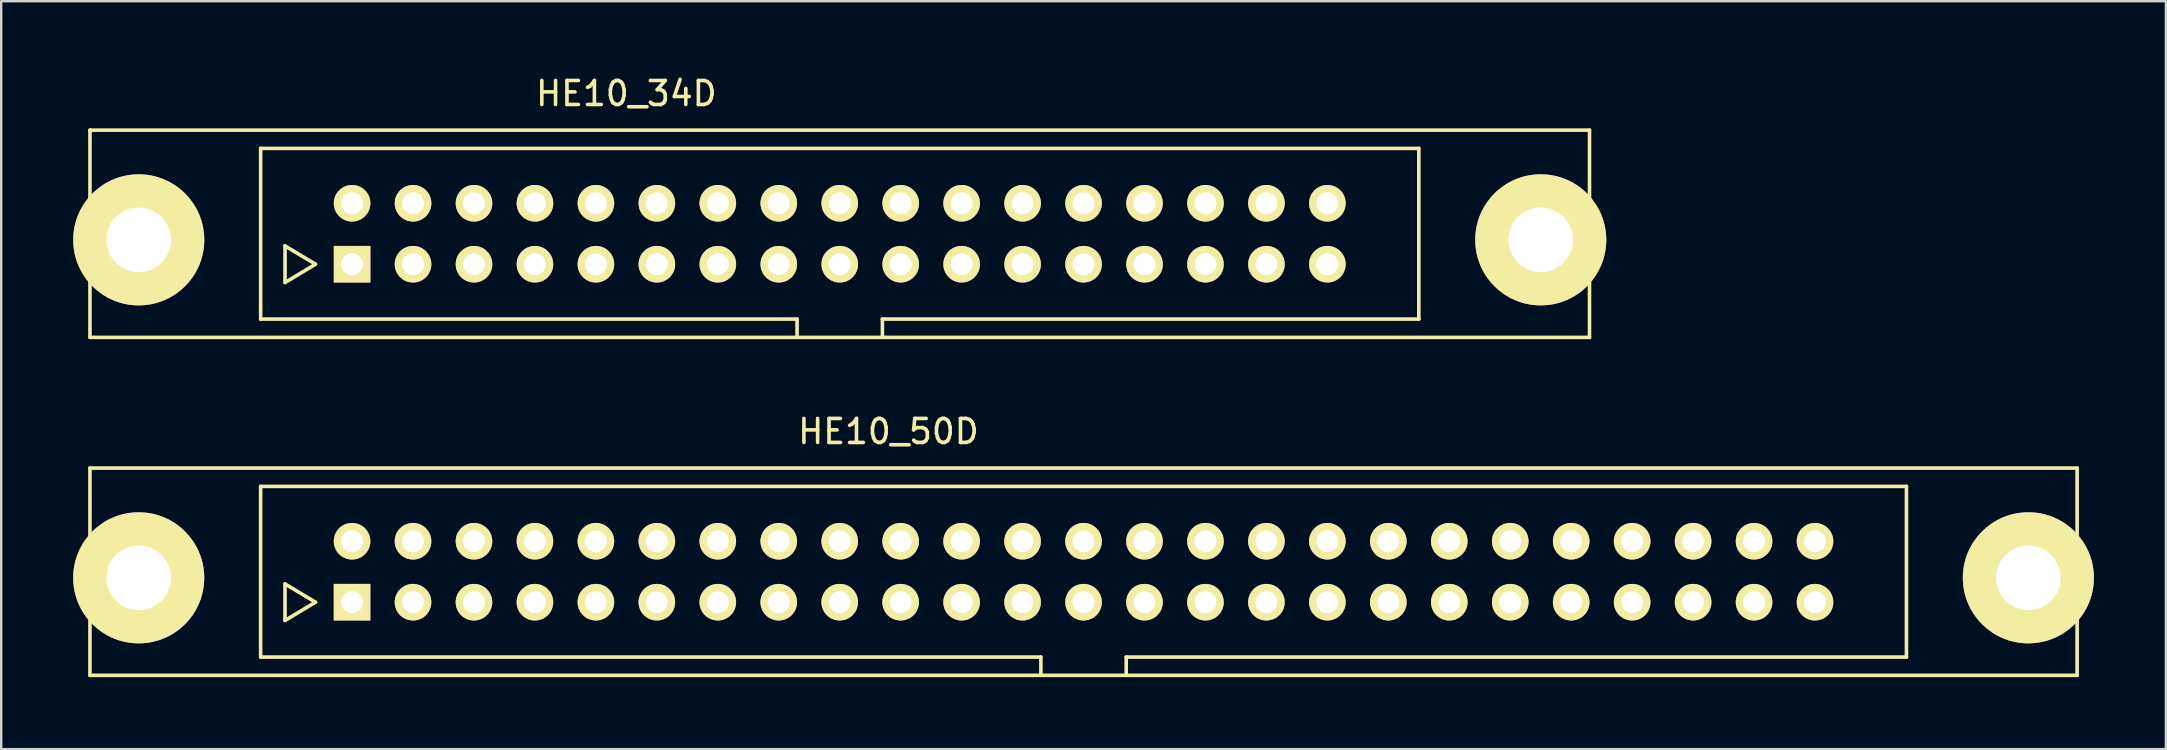
<source format=kicad_pcb>
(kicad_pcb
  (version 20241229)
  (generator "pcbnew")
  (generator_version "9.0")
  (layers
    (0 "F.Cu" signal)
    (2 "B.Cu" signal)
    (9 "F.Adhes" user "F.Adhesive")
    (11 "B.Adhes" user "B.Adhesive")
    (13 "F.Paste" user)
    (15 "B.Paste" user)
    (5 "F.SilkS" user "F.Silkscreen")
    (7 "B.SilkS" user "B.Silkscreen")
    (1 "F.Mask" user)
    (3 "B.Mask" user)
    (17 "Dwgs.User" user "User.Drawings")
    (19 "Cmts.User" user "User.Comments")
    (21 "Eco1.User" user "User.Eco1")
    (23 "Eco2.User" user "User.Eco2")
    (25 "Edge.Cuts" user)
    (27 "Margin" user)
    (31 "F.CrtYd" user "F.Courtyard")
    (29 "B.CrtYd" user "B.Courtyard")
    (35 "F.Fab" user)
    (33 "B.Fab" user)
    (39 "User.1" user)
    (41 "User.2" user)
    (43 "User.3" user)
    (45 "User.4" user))
  (footprint "HE10_50D"
    (layer "F.Cu")
    (at 42.1 20.773)
    (property "Reference" "HE10_50D" (at -8.128 -5.842 0) (layer "F.SilkS") (effects (font (size 1 1) (thickness 0.15))))
    (attr through_hole)
    (fp_line (start -41.402 -4.318) (end -41.402 4.318) (stroke (width 0.15) (type solid)) (layer "F.SilkS"))
    (fp_line (start -41.402 4.318) (end 41.402 4.318) (stroke (width 0.15) (type solid)) (layer "F.SilkS"))
    (fp_line (start -34.29 -3.556) (end 34.29 -3.556) (stroke (width 0.15) (type solid)) (layer "F.SilkS"))
    (fp_line (start -34.29 3.556) (end -34.29 -3.556) (stroke (width 0.15) (type solid)) (layer "F.SilkS"))
    (fp_line (start -33.274 0.508) (end -33.274 2.032) (stroke (width 0.15) (type solid)) (layer "F.SilkS"))
    (fp_line (start -33.274 2.032) (end -32.004 1.27) (stroke (width 0.15) (type solid)) (layer "F.SilkS"))
    (fp_line (start -32.004 1.27) (end -33.274 0.508) (stroke (width 0.15) (type solid)) (layer "F.SilkS"))
    (fp_line (start -1.778 3.556) (end -34.29 3.556) (stroke (width 0.15) (type solid)) (layer "F.SilkS"))
    (fp_line (start -1.778 4.318) (end -1.778 3.556) (stroke (width 0.15) (type solid)) (layer "F.SilkS"))
    (fp_line (start 1.778 3.556) (end 1.778 4.318) (stroke (width 0.15) (type solid)) (layer "F.SilkS"))
    (fp_line (start 34.29 -3.556) (end 34.29 3.556) (stroke (width 0.15) (type solid)) (layer "F.SilkS"))
    (fp_line (start 34.29 3.556) (end 1.778 3.556) (stroke (width 0.15) (type solid)) (layer "F.SilkS"))
    (fp_line (start 41.402 -4.318) (end -41.402 -4.318) (stroke (width 0.15) (type solid)) (layer "F.SilkS"))
    (fp_line (start 41.402 4.318) (end 41.402 -4.318) (stroke (width 0.15) (type solid)) (layer "F.SilkS"))
    (pad "" thru_hole circle (at -39.37 0.254) (size 5.461 5.461) (drill 2.692) (layers "*.Cu" "*.Mask" "F.SilkS"))
    (pad "" thru_hole circle (at 39.37 0.254) (size 5.461 5.461) (drill 2.692) (layers "*.Cu" "*.Mask" "F.SilkS"))
    (pad "1" thru_hole rect (at -30.48 1.27) (size 1.524 1.524) (drill 0.914) (layers "*.Cu" "*.Mask" "F.SilkS"))
    (pad "2" thru_hole circle (at -30.48 -1.27) (size 1.524 1.524) (drill 0.914) (layers "*.Cu" "*.Mask" "F.SilkS"))
    (pad "3" thru_hole circle (at -27.94 1.27) (size 1.524 1.524) (drill 0.914) (layers "*.Cu" "*.Mask" "F.SilkS"))
    (pad "4" thru_hole circle (at -27.94 -1.27) (size 1.524 1.524) (drill 0.914) (layers "*.Cu" "*.Mask" "F.SilkS"))
    (pad "5" thru_hole circle (at -25.4 1.27) (size 1.524 1.524) (drill 0.914) (layers "*.Cu" "*.Mask" "F.SilkS"))
    (pad "6" thru_hole circle (at -25.4 -1.27) (size 1.524 1.524) (drill 0.914) (layers "*.Cu" "*.Mask" "F.SilkS"))
    (pad "7" thru_hole circle (at -22.86 1.27) (size 1.524 1.524) (drill 0.914) (layers "*.Cu" "*.Mask" "F.SilkS"))
    (pad "8" thru_hole circle (at -22.86 -1.27) (size 1.524 1.524) (drill 0.914) (layers "*.Cu" "*.Mask" "F.SilkS"))
    (pad "9" thru_hole circle (at -20.32 1.27) (size 1.524 1.524) (drill 0.914) (layers "*.Cu" "*.Mask" "F.SilkS"))
    (pad "10" thru_hole circle (at -20.32 -1.27) (size 1.524 1.524) (drill 0.914) (layers "*.Cu" "*.Mask" "F.SilkS"))
    (pad "11" thru_hole circle (at -17.78 1.27) (size 1.524 1.524) (drill 0.914) (layers "*.Cu" "*.Mask" "F.SilkS"))
    (pad "12" thru_hole circle (at -17.78 -1.27) (size 1.524 1.524) (drill 0.914) (layers "*.Cu" "*.Mask" "F.SilkS"))
    (pad "13" thru_hole circle (at -15.24 1.27) (size 1.524 1.524) (drill 0.914) (layers "*.Cu" "*.Mask" "F.SilkS"))
    (pad "14" thru_hole circle (at -15.24 -1.27) (size 1.524 1.524) (drill 0.914) (layers "*.Cu" "*.Mask" "F.SilkS"))
    (pad "15" thru_hole circle (at -12.7 1.27) (size 1.524 1.524) (drill 0.914) (layers "*.Cu" "*.Mask" "F.SilkS"))
    (pad "16" thru_hole circle (at -12.7 -1.27) (size 1.524 1.524) (drill 0.914) (layers "*.Cu" "*.Mask" "F.SilkS"))
    (pad "17" thru_hole circle (at -10.16 1.27) (size 1.524 1.524) (drill 0.914) (layers "*.Cu" "*.Mask" "F.SilkS"))
    (pad "18" thru_hole circle (at -10.16 -1.27) (size 1.524 1.524) (drill 0.914) (layers "*.Cu" "*.Mask" "F.SilkS"))
    (pad "19" thru_hole circle (at -7.62 1.27) (size 1.524 1.524) (drill 0.914) (layers "*.Cu" "*.Mask" "F.SilkS"))
    (pad "20" thru_hole circle (at -7.62 -1.27) (size 1.524 1.524) (drill 0.914) (layers "*.Cu" "*.Mask" "F.SilkS"))
    (pad "21" thru_hole circle (at -5.08 1.27) (size 1.524 1.524) (drill 0.914) (layers "*.Cu" "*.Mask" "F.SilkS"))
    (pad "22" thru_hole circle (at -5.08 -1.27) (size 1.524 1.524) (drill 0.914) (layers "*.Cu" "*.Mask" "F.SilkS"))
    (pad "23" thru_hole circle (at -2.54 1.27) (size 1.524 1.524) (drill 0.914) (layers "*.Cu" "*.Mask" "F.SilkS"))
    (pad "24" thru_hole circle (at -2.54 -1.27) (size 1.524 1.524) (drill 0.914) (layers "*.Cu" "*.Mask" "F.SilkS"))
    (pad "25" thru_hole circle (at 0 1.27) (size 1.524 1.524) (drill 0.914) (layers "*.Cu" "*.Mask" "F.SilkS"))
    (pad "26" thru_hole circle (at 0 -1.27) (size 1.524 1.524) (drill 0.914) (layers "*.Cu" "*.Mask" "F.SilkS"))
    (pad "27" thru_hole circle (at 2.54 1.27) (size 1.524 1.524) (drill 0.914) (layers "*.Cu" "*.Mask" "F.SilkS"))
    (pad "28" thru_hole circle (at 2.54 -1.27) (size 1.524 1.524) (drill 0.914) (layers "*.Cu" "*.Mask" "F.SilkS"))
    (pad "29" thru_hole circle (at 5.08 1.27) (size 1.524 1.524) (drill 0.914) (layers "*.Cu" "*.Mask" "F.SilkS"))
    (pad "30" thru_hole circle (at 5.08 -1.27) (size 1.524 1.524) (drill 0.914) (layers "*.Cu" "*.Mask" "F.SilkS"))
    (pad "31" thru_hole circle (at 7.62 1.27) (size 1.524 1.524) (drill 0.914) (layers "*.Cu" "*.Mask" "F.SilkS"))
    (pad "32" thru_hole circle (at 7.62 -1.27) (size 1.524 1.524) (drill 0.914) (layers "*.Cu" "*.Mask" "F.SilkS"))
    (pad "33" thru_hole circle (at 10.16 1.27) (size 1.524 1.524) (drill 0.914) (layers "*.Cu" "*.Mask" "F.SilkS"))
    (pad "34" thru_hole circle (at 10.16 -1.27) (size 1.524 1.524) (drill 0.914) (layers "*.Cu" "*.Mask" "F.SilkS"))
    (pad "35" thru_hole circle (at 12.7 1.27) (size 1.524 1.524) (drill 0.914) (layers "*.Cu" "*.Mask" "F.SilkS"))
    (pad "36" thru_hole circle (at 12.7 -1.27) (size 1.524 1.524) (drill 0.914) (layers "*.Cu" "*.Mask" "F.SilkS"))
    (pad "37" thru_hole circle (at 15.24 1.27) (size 1.524 1.524) (drill 0.914) (layers "*.Cu" "*.Mask" "F.SilkS"))
    (pad "38" thru_hole circle (at 15.24 -1.27) (size 1.524 1.524) (drill 0.914) (layers "*.Cu" "*.Mask" "F.SilkS"))
    (pad "39" thru_hole circle (at 17.78 1.27) (size 1.524 1.524) (drill 0.914) (layers "*.Cu" "*.Mask" "F.SilkS"))
    (pad "40" thru_hole circle (at 17.78 -1.27) (size 1.524 1.524) (drill 0.914) (layers "*.Cu" "*.Mask" "F.SilkS"))
    (pad "41" thru_hole circle (at 20.32 1.27) (size 1.524 1.524) (drill 0.914) (layers "*.Cu" "*.Mask" "F.SilkS"))
    (pad "42" thru_hole circle (at 20.32 -1.27) (size 1.524 1.524) (drill 0.914) (layers "*.Cu" "*.Mask" "F.SilkS"))
    (pad "43" thru_hole circle (at 22.86 1.27) (size 1.524 1.524) (drill 0.914) (layers "*.Cu" "*.Mask" "F.SilkS"))
    (pad "44" thru_hole circle (at 22.86 -1.27) (size 1.524 1.524) (drill 0.914) (layers "*.Cu" "*.Mask" "F.SilkS"))
    (pad "45" thru_hole circle (at 25.4 1.27) (size 1.524 1.524) (drill 0.914) (layers "*.Cu" "*.Mask" "F.SilkS"))
    (pad "46" thru_hole circle (at 25.4 -1.27) (size 1.524 1.524) (drill 0.914) (layers "*.Cu" "*.Mask" "F.SilkS"))
    (pad "47" thru_hole circle (at 27.94 1.27) (size 1.524 1.524) (drill 0.914) (layers "*.Cu" "*.Mask" "F.SilkS"))
    (pad "48" thru_hole circle (at 27.94 -1.27) (size 1.524 1.524) (drill 0.914) (layers "*.Cu" "*.Mask" "F.SilkS"))
    (pad "49" thru_hole circle (at 30.48 1.27) (size 1.524 1.524) (drill 0.914) (layers "*.Cu" "*.Mask" "F.SilkS"))
    (pad "50" thru_hole circle (at 30.48 -1.27) (size 1.524 1.524) (drill 0.914) (layers "*.Cu" "*.Mask" "F.SilkS")))
  (footprint "HE10_34D"
    (layer "F.Cu")
    (at 31.941 6.69)
    (property "Reference" "HE10_34D" (at -8.89 -5.842 0) (layer "F.SilkS") (effects (font (size 1 1) (thickness 0.15))))
    (attr through_hole)
    (fp_line (start -31.242 -4.318) (end -31.242 4.318) (stroke (width 0.15) (type solid)) (layer "F.SilkS"))
    (fp_line (start -31.242 4.318) (end 31.242 4.318) (stroke (width 0.15) (type solid)) (layer "F.SilkS"))
    (fp_line (start -24.13 -3.556) (end 24.13 -3.556) (stroke (width 0.15) (type solid)) (layer "F.SilkS"))
    (fp_line (start -24.13 3.556) (end -24.13 -3.556) (stroke (width 0.15) (type solid)) (layer "F.SilkS"))
    (fp_line (start -23.114 0.508) (end -23.114 2.032) (stroke (width 0.15) (type solid)) (layer "F.SilkS"))
    (fp_line (start -23.114 2.032) (end -21.844 1.27) (stroke (width 0.15) (type solid)) (layer "F.SilkS"))
    (fp_line (start -21.844 1.27) (end -23.114 0.508) (stroke (width 0.15) (type solid)) (layer "F.SilkS"))
    (fp_line (start -1.778 3.556) (end -24.13 3.556) (stroke (width 0.15) (type solid)) (layer "F.SilkS"))
    (fp_line (start -1.778 4.318) (end -1.778 3.556) (stroke (width 0.15) (type solid)) (layer "F.SilkS"))
    (fp_line (start 1.778 3.556) (end 1.778 4.318) (stroke (width 0.15) (type solid)) (layer "F.SilkS"))
    (fp_line (start 24.13 -3.556) (end 24.13 3.556) (stroke (width 0.15) (type solid)) (layer "F.SilkS"))
    (fp_line (start 24.13 3.556) (end 1.778 3.556) (stroke (width 0.15) (type solid)) (layer "F.SilkS"))
    (fp_line (start 31.242 -4.318) (end -31.242 -4.318) (stroke (width 0.15) (type solid)) (layer "F.SilkS"))
    (fp_line (start 31.242 4.318) (end 31.242 -4.318) (stroke (width 0.15) (type solid)) (layer "F.SilkS"))
    (pad "" thru_hole circle (at -29.21 0.254) (size 5.461 5.461) (drill 2.692) (layers "*.Cu" "*.Mask" "F.SilkS"))
    (pad "" thru_hole circle (at 29.21 0.254) (size 5.461 5.461) (drill 2.692) (layers "*.Cu" "*.Mask" "F.SilkS"))
    (pad "1" thru_hole rect (at -20.32 1.27) (size 1.524 1.524) (drill 0.914) (layers "*.Cu" "*.Mask" "F.SilkS"))
    (pad "2" thru_hole circle (at -20.32 -1.27) (size 1.524 1.524) (drill 0.914) (layers "*.Cu" "*.Mask" "F.SilkS"))
    (pad "3" thru_hole circle (at -17.78 1.27) (size 1.524 1.524) (drill 0.914) (layers "*.Cu" "*.Mask" "F.SilkS"))
    (pad "4" thru_hole circle (at -17.78 -1.27) (size 1.524 1.524) (drill 0.914) (layers "*.Cu" "*.Mask" "F.SilkS"))
    (pad "5" thru_hole circle (at -15.24 1.27) (size 1.524 1.524) (drill 0.914) (layers "*.Cu" "*.Mask" "F.SilkS"))
    (pad "6" thru_hole circle (at -15.24 -1.27) (size 1.524 1.524) (drill 0.914) (layers "*.Cu" "*.Mask" "F.SilkS"))
    (pad "7" thru_hole circle (at -12.7 1.27) (size 1.524 1.524) (drill 0.914) (layers "*.Cu" "*.Mask" "F.SilkS"))
    (pad "8" thru_hole circle (at -12.7 -1.27) (size 1.524 1.524) (drill 0.914) (layers "*.Cu" "*.Mask" "F.SilkS"))
    (pad "9" thru_hole circle (at -10.16 1.27) (size 1.524 1.524) (drill 0.914) (layers "*.Cu" "*.Mask" "F.SilkS"))
    (pad "10" thru_hole circle (at -10.16 -1.27) (size 1.524 1.524) (drill 0.914) (layers "*.Cu" "*.Mask" "F.SilkS"))
    (pad "11" thru_hole circle (at -7.62 1.27) (size 1.524 1.524) (drill 0.914) (layers "*.Cu" "*.Mask" "F.SilkS"))
    (pad "12" thru_hole circle (at -7.62 -1.27) (size 1.524 1.524) (drill 0.914) (layers "*.Cu" "*.Mask" "F.SilkS"))
    (pad "13" thru_hole circle (at -5.08 1.27) (size 1.524 1.524) (drill 0.914) (layers "*.Cu" "*.Mask" "F.SilkS"))
    (pad "14" thru_hole circle (at -5.08 -1.27) (size 1.524 1.524) (drill 0.914) (layers "*.Cu" "*.Mask" "F.SilkS"))
    (pad "15" thru_hole circle (at -2.54 1.27) (size 1.524 1.524) (drill 0.914) (layers "*.Cu" "*.Mask" "F.SilkS"))
    (pad "16" thru_hole circle (at -2.54 -1.27) (size 1.524 1.524) (drill 0.914) (layers "*.Cu" "*.Mask" "F.SilkS"))
    (pad "17" thru_hole circle (at 0 1.27) (size 1.524 1.524) (drill 0.914) (layers "*.Cu" "*.Mask" "F.SilkS"))
    (pad "18" thru_hole circle (at 0 -1.27) (size 1.524 1.524) (drill 0.914) (layers "*.Cu" "*.Mask" "F.SilkS"))
    (pad "19" thru_hole circle (at 2.54 1.27) (size 1.524 1.524) (drill 0.914) (layers "*.Cu" "*.Mask" "F.SilkS"))
    (pad "20" thru_hole circle (at 2.54 -1.27) (size 1.524 1.524) (drill 0.914) (layers "*.Cu" "*.Mask" "F.SilkS"))
    (pad "21" thru_hole circle (at 5.08 1.27) (size 1.524 1.524) (drill 0.914) (layers "*.Cu" "*.Mask" "F.SilkS"))
    (pad "22" thru_hole circle (at 5.08 -1.27) (size 1.524 1.524) (drill 0.914) (layers "*.Cu" "*.Mask" "F.SilkS"))
    (pad "23" thru_hole circle (at 7.62 1.27) (size 1.524 1.524) (drill 0.914) (layers "*.Cu" "*.Mask" "F.SilkS"))
    (pad "24" thru_hole circle (at 7.62 -1.27) (size 1.524 1.524) (drill 0.914) (layers "*.Cu" "*.Mask" "F.SilkS"))
    (pad "25" thru_hole circle (at 10.16 1.27) (size 1.524 1.524) (drill 0.914) (layers "*.Cu" "*.Mask" "F.SilkS"))
    (pad "26" thru_hole circle (at 10.16 -1.27) (size 1.524 1.524) (drill 0.914) (layers "*.Cu" "*.Mask" "F.SilkS"))
    (pad "27" thru_hole circle (at 12.7 1.27) (size 1.524 1.524) (drill 0.914) (layers "*.Cu" "*.Mask" "F.SilkS"))
    (pad "28" thru_hole circle (at 12.7 -1.27) (size 1.524 1.524) (drill 0.914) (layers "*.Cu" "*.Mask" "F.SilkS"))
    (pad "29" thru_hole circle (at 15.24 1.27) (size 1.524 1.524) (drill 0.914) (layers "*.Cu" "*.Mask" "F.SilkS"))
    (pad "30" thru_hole circle (at 15.24 -1.27) (size 1.524 1.524) (drill 0.914) (layers "*.Cu" "*.Mask" "F.SilkS"))
    (pad "31" thru_hole circle (at 17.78 1.27) (size 1.524 1.524) (drill 0.914) (layers "*.Cu" "*.Mask" "F.SilkS"))
    (pad "32" thru_hole circle (at 17.78 -1.27) (size 1.524 1.524) (drill 0.914) (layers "*.Cu" "*.Mask" "F.SilkS"))
    (pad "33" thru_hole circle (at 20.32 1.27) (size 1.524 1.524) (drill 0.914) (layers "*.Cu" "*.Mask" "F.SilkS"))
    (pad "34" thru_hole circle (at 20.32 -1.27) (size 1.524 1.524) (drill 0.914) (layers "*.Cu" "*.Mask" "F.SilkS")))
  (gr_rect
    (start -3 -3)
    (end 87.201 28.166)
    (stroke (width 0.1) (type default))
    (fill no)
    (layer "Edge.Cuts")))
</source>
